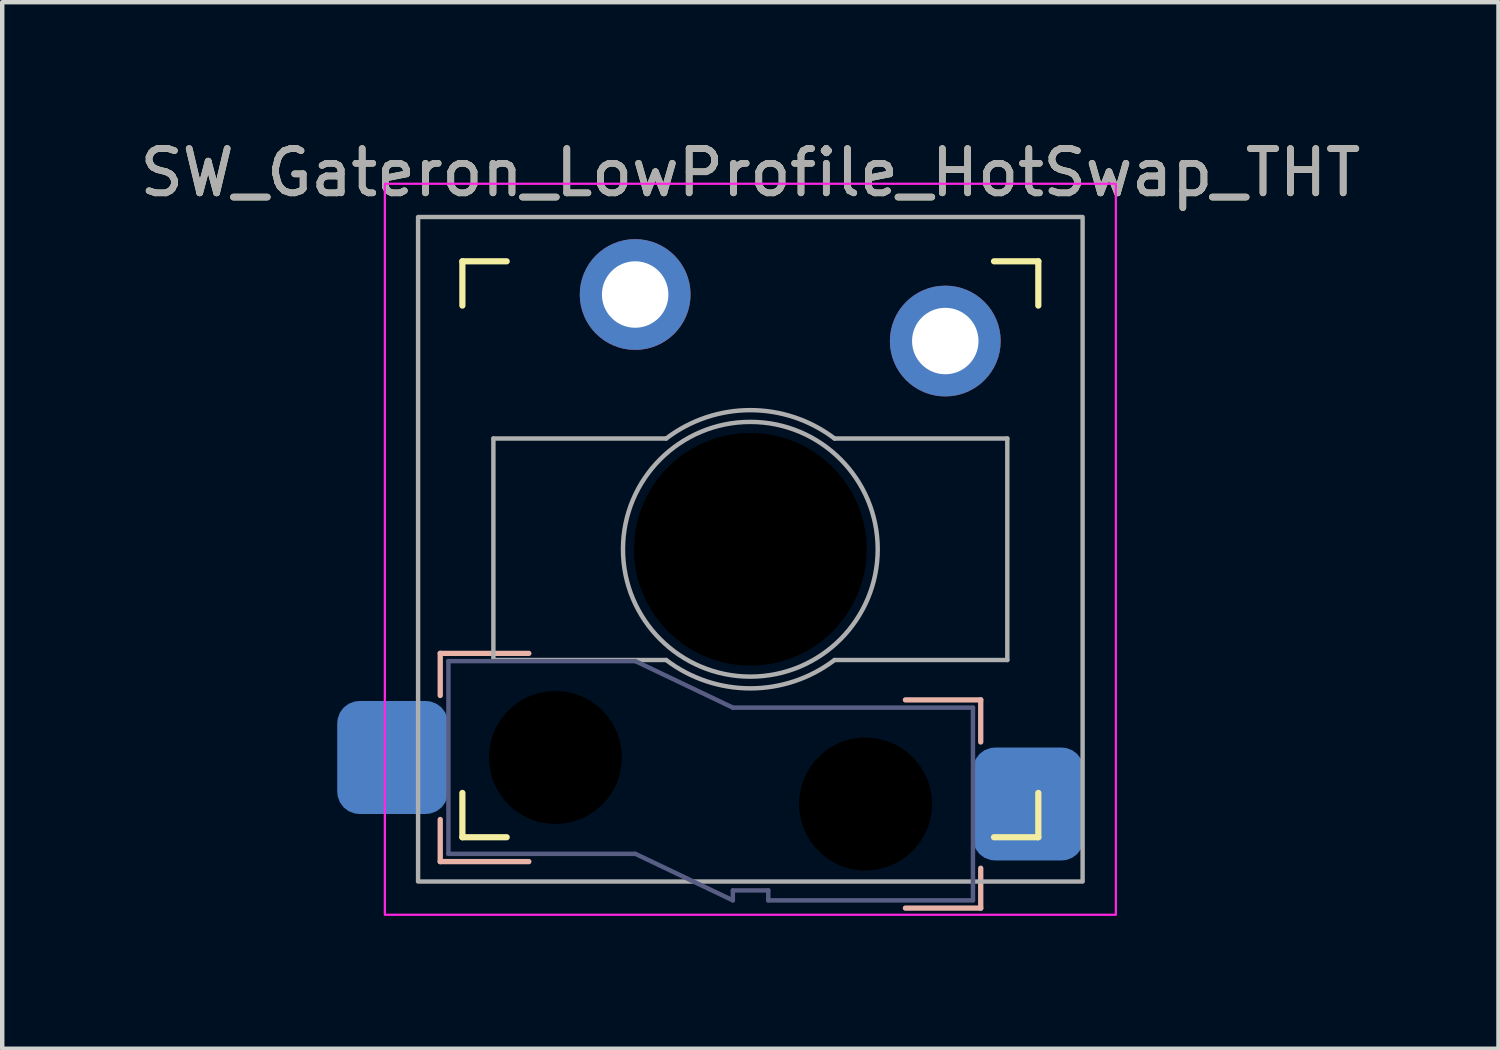
<source format=kicad_pcb>
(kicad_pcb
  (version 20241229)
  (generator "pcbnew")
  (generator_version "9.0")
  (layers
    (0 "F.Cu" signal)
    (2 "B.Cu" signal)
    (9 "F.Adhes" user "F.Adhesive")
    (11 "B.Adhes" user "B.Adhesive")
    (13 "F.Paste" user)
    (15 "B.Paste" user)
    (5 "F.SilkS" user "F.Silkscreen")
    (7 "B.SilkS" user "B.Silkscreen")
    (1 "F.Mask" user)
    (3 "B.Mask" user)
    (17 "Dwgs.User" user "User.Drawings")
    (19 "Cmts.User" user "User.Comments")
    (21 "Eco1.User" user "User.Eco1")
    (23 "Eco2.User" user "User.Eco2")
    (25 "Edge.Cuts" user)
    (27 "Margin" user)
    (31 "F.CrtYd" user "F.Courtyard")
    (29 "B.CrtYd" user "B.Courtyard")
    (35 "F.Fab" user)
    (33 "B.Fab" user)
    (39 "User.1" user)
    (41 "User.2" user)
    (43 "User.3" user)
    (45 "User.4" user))
  (footprint "SW_Gateron_LowProfile_HotSwap_THT"
    (layer "F.Cu")
    (at 13.887 9.348)
    (property "Reference" "SW_Gateron_LowProfile_HotSwap_THT" (at 0 -8.5 0) (unlocked yes) (layer "F.SilkS") (effects (font (size 1 1) (thickness 0.15))))
    (fp_line (start -6.5 -5.5) (end -6.5 -6.5) (stroke (width 0.14) (type solid)) (layer "F.SilkS"))
    (fp_line (start -6.5 6.5) (end -6.5 5.5) (stroke (width 0.14) (type solid)) (layer "F.SilkS"))
    (fp_line (start -6.5 6.5) (end -5.5 6.5) (stroke (width 0.14) (type solid)) (layer "F.SilkS"))
    (fp_line (start -5.5 -6.5) (end -6.5 -6.5) (stroke (width 0.14) (type solid)) (layer "F.SilkS"))
    (fp_line (start 5.5 6.5) (end 6.5 6.5) (stroke (width 0.14) (type solid)) (layer "F.SilkS"))
    (fp_line (start 6.5 -6.5) (end 5.5 -6.5) (stroke (width 0.14) (type solid)) (layer "F.SilkS"))
    (fp_line (start 6.5 -6.5) (end 6.5 -5.5) (stroke (width 0.14) (type solid)) (layer "F.SilkS"))
    (fp_line (start 6.5 5.5) (end 6.5 6.5) (stroke (width 0.14) (type solid)) (layer "F.SilkS"))
    (fp_line (start -7 2.35) (end -7 3.3) (stroke (width 0.12) (type solid)) (layer "B.SilkS"))
    (fp_line (start -7 2.35) (end -5 2.35) (stroke (width 0.12) (type solid)) (layer "B.SilkS"))
    (fp_line (start -7 7.05) (end -7 6.1) (stroke (width 0.12) (type solid)) (layer "B.SilkS"))
    (fp_line (start -7 7.05) (end -5 7.05) (stroke (width 0.12) (type solid)) (layer "B.SilkS"))
    (fp_line (start 5.2 3.4) (end 3.5 3.4) (stroke (width 0.12) (type solid)) (layer "B.SilkS"))
    (fp_line (start 5.2 3.4) (end 5.2 4.35) (stroke (width 0.12) (type solid)) (layer "B.SilkS"))
    (fp_line (start 5.2 8.1) (end 3.5 8.1) (stroke (width 0.12) (type solid)) (layer "B.SilkS"))
    (fp_line (start 5.2 8.1) (end 5.2 7.2) (stroke (width 0.12) (type solid)) (layer "B.SilkS"))
    (fp_rect (start 8.25 -8.25) (end -8.25 8.25) (stroke (width 0.05) (type solid)) (fill no) (layer "F.CrtYd"))
    (fp_line (start -6.815 2.525) (end -6.815 6.875) (stroke (width 0.1) (type solid)) (layer "B.Fab"))
    (fp_line (start -6.815 2.525) (end -2.595 2.525) (stroke (width 0.1) (type solid)) (layer "B.Fab"))
    (fp_line (start -6.815 6.875) (end -2.595 6.875) (stroke (width 0.1) (type solid)) (layer "B.Fab"))
    (fp_line (start -2.595 2.525) (end -0.395 3.575) (stroke (width 0.1) (type solid)) (layer "B.Fab"))
    (fp_line (start -2.595 6.875) (end -0.395 7.925) (stroke (width 0.1) (type solid)) (layer "B.Fab"))
    (fp_line (start -0.395 7.7) (end -0.395 7.925) (stroke (width 0.1) (type solid)) (layer "B.Fab"))
    (fp_line (start 0.405 7.7) (end -0.395 7.7) (stroke (width 0.1) (type solid)) (layer "B.Fab"))
    (fp_line (start 0.405 7.925) (end 0.405 7.7) (stroke (width 0.1) (type solid)) (layer "B.Fab"))
    (fp_line (start 5.025 3.575) (end -0.395 3.575) (stroke (width 0.1) (type solid)) (layer "B.Fab"))
    (fp_line (start 5.025 3.575) (end 5.025 7.925) (stroke (width 0.1) (type solid)) (layer "B.Fab"))
    (fp_line (start 5.025 7.925) (end 0.405 7.925) (stroke (width 0.1) (type solid)) (layer "B.Fab"))
    (fp_line (start -5.8 -2.5) (end -1.9 -2.5) (stroke (width 0.1) (type default)) (layer "F.Fab"))
    (fp_line (start -5.8 2.5) (end -5.8 -2.5) (stroke (width 0.1) (type default)) (layer "F.Fab"))
    (fp_line (start -1.9 2.5) (end -5.8 2.5) (stroke (width 0.1) (type default)) (layer "F.Fab"))
    (fp_line (start 1.9 -2.5) (end 5.8 -2.5) (stroke (width 0.1) (type default)) (layer "F.Fab"))
    (fp_line (start 5.8 -2.5) (end 5.8 2.5) (stroke (width 0.1) (type default)) (layer "F.Fab"))
    (fp_line (start 5.8 2.5) (end 1.9 2.5) (stroke (width 0.1) (type default)) (layer "F.Fab"))
    (fp_rect (start 7.5 -7.5) (end -7.5 7.5) (stroke (width 0.1) (type solid)) (fill no) (layer "F.Fab"))
    (fp_arc (start -1.9 -2.499999) (mid 0 -3.140063) (end 1.9 -2.499999) (stroke (width 0.1) (type default)) (layer "F.Fab"))
    (fp_arc (start 1.9 2.499999) (mid 0 3.140063) (end -1.9 2.499999) (stroke (width 0.1) (type default)) (layer "F.Fab"))
    (fp_circle (center 0 0) (end 2.875 0) (stroke (width 0.1) (type default)) (fill no) (layer "F.Fab"))
    (fp_poly (pts (xy -2.05 -0.64) (xy -0.6 -0.64) (xy -0.6 -2) (xy 0.5 -2) (xy 0.5 -0.64) (xy 1.95 -0.64) (xy 1.95 0.64) (xy 0.5 0.64) (xy 0.5 2) (xy -0.6 2) (xy -0.6 0.64) (xy -2.05 0.64)) (stroke (width 0.1) (type solid)) (fill no) (layer "F.Fab"))
    (fp_text user "${REFERENCE}" (at 0 -8.5 0) (unlocked yes) (layer "F.Fab") (effects (font (size 1 1) (thickness 0.15))))
    (pad "" np_thru_hole circle (at -4.4 4.7) (size 3 3) (drill 3) (layers "*.Mask"))
    (pad "" np_thru_hole circle (at 0 0) (size 5.25 5.25) (drill 5.25) (layers "*.Mask"))
    (pad "" np_thru_hole circle (at 2.6 5.75) (size 3 3) (drill 3) (layers "*.Mask"))
    (pad "1" smd roundrect (at -8.075 4.7) (size 2.5 2.55) (layers "B.Cu" "B.Mask" "B.Paste") (roundrect_rratio 0.2))
    (pad "1" thru_hole circle (at -2.6 -5.75) (size 2.5 2.5) (drill 1.5) (layers "*.Cu" "B.Mask"))
    (pad "2" thru_hole circle (at 4.4 -4.7) (size 2.5 2.5) (drill 1.5) (layers "*.Cu" "B.Mask"))
    (pad "2" smd roundrect (at 6.275 5.75) (size 2.5 2.55) (layers "B.Cu" "B.Mask" "B.Paste") (roundrect_rratio 0.2)))
  (gr_rect
    (start -3 -3)
    (end 30.774 20.623)
    (stroke (width 0.1) (type default))
    (fill no)
    (layer "Edge.Cuts")))
</source>
